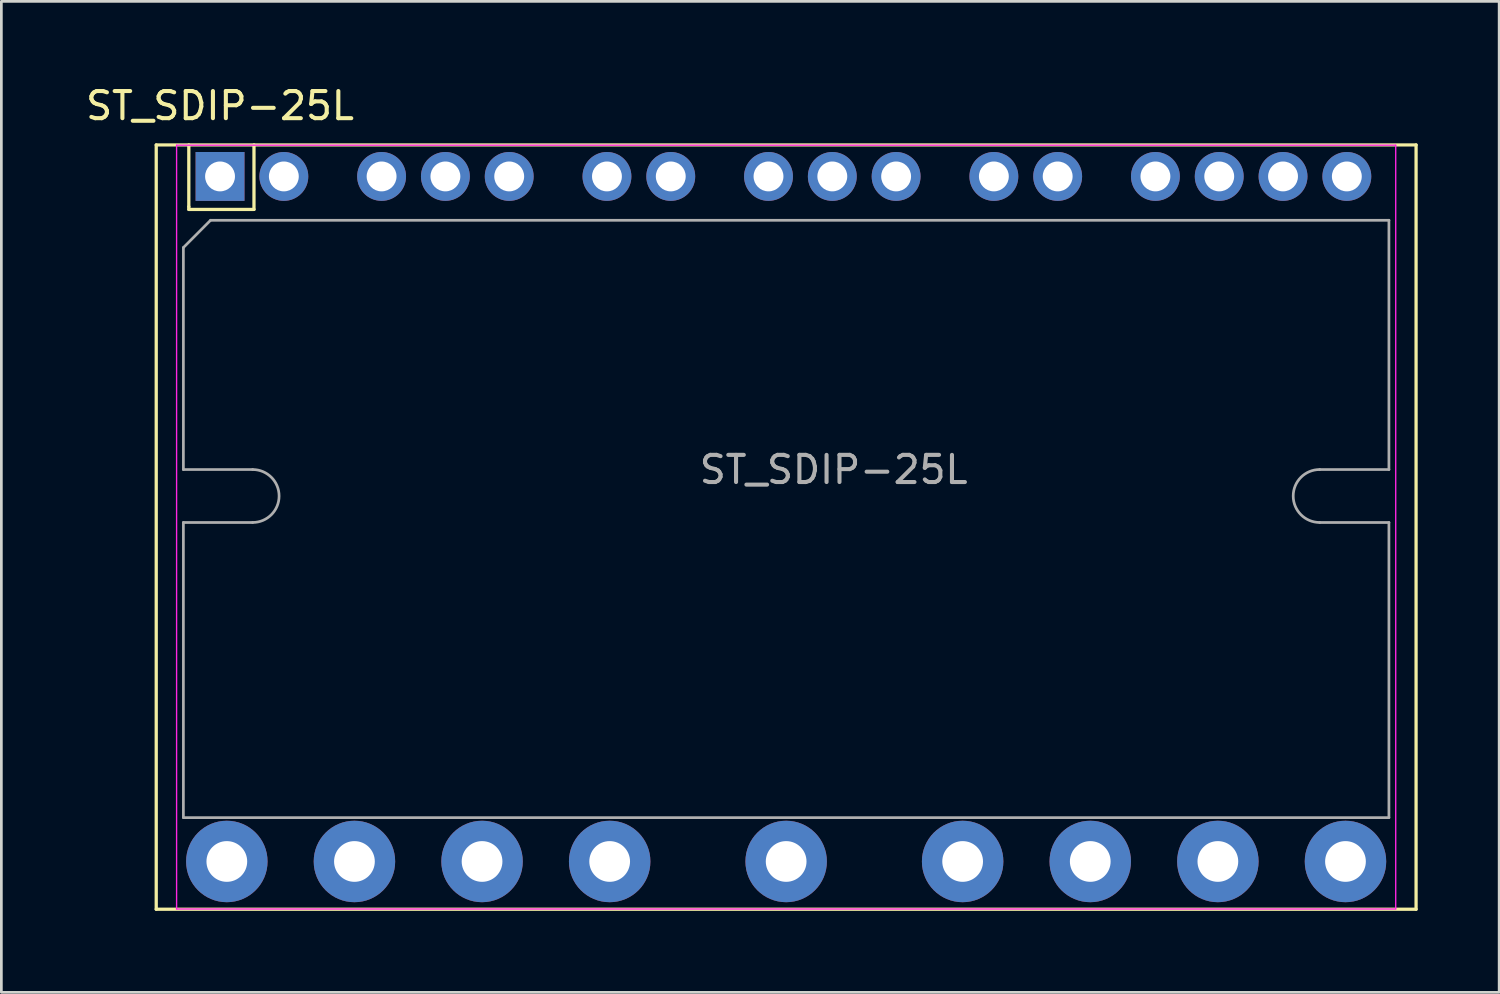
<source format=kicad_pcb>
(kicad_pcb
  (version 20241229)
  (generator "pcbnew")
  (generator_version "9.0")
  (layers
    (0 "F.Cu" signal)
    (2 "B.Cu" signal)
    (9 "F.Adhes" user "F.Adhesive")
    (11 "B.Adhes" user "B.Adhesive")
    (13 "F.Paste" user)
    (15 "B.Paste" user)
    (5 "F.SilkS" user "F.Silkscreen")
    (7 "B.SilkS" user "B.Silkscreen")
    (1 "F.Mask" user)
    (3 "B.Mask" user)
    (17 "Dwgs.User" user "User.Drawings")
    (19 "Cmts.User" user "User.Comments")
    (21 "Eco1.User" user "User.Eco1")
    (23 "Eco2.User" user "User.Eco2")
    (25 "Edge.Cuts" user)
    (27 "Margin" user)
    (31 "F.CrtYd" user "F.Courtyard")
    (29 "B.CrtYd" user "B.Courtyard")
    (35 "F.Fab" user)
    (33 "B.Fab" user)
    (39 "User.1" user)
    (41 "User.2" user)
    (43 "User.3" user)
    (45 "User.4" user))
  (footprint "ST_SDIP-25L"
    (layer "F.Cu")
    (at 5.054 3.448)
    (property "Reference" "ST_SDIP-25L" (at 0 -2.6 0) (layer "F.SilkS") (effects (font (size 1 1) (thickness 0.15))))
    (attr through_hole)
    (fp_line (start -2.35 -1.16) (end 44.05 -1.16) (stroke (width 0.12) (type solid)) (layer "F.SilkS"))
    (fp_line (start -2.35 26.99) (end -2.35 -1.16) (stroke (width 0.12) (type solid)) (layer "F.SilkS"))
    (fp_line (start -1.15 1.115) (end -1.15 -1.16) (stroke (width 0.12) (type solid)) (layer "F.SilkS"))
    (fp_line (start -1.15 1.215) (end -1.15 1.115) (stroke (width 0.12) (type solid)) (layer "F.SilkS"))
    (fp_line (start 1.25 -1.16) (end 1.25 1.215) (stroke (width 0.12) (type solid)) (layer "F.SilkS"))
    (fp_line (start 1.25 1.215) (end -1.15 1.215) (stroke (width 0.12) (type solid)) (layer "F.SilkS"))
    (fp_line (start 44.05 -1.16) (end 44.05 26.99) (stroke (width 0.12) (type solid)) (layer "F.SilkS"))
    (fp_line (start 44.05 26.99) (end -2.35 26.99) (stroke (width 0.12) (type solid)) (layer "F.SilkS"))
    (fp_line (start -1.6 -1.15) (end 43.3 -1.15) (stroke (width 0.05) (type solid)) (layer "F.CrtYd"))
    (fp_line (start -1.6 26.98) (end -1.6 -1.15) (stroke (width 0.05) (type solid)) (layer "F.CrtYd"))
    (fp_line (start -1.6 26.98) (end 43.3 26.98) (stroke (width 0.05) (type solid)) (layer "F.CrtYd"))
    (fp_line (start 43.3 26.98) (end 43.3 -1.15) (stroke (width 0.05) (type solid)) (layer "F.CrtYd"))
    (fp_line (start -1.35 2.62) (end -1.35 10.795) (stroke (width 0.1) (type solid)) (layer "F.Fab"))
    (fp_line (start -1.35 12.745) (end -1.35 23.615) (stroke (width 0.1) (type solid)) (layer "F.Fab"))
    (fp_line (start -1.35 23.615) (end 43.05 23.615) (stroke (width 0.1) (type solid)) (layer "F.Fab"))
    (fp_line (start -0.35 1.615) (end -1.35 2.62) (stroke (width 0.1) (type solid)) (layer "F.Fab"))
    (fp_line (start 1.2 10.795) (end -1.35 10.795) (stroke (width 0.1) (type solid)) (layer "F.Fab"))
    (fp_line (start 1.2 12.745) (end -1.35 12.745) (stroke (width 0.1) (type solid)) (layer "F.Fab"))
    (fp_line (start 40.5 10.795) (end 43.05 10.795) (stroke (width 0.1) (type solid)) (layer "F.Fab"))
    (fp_line (start 40.5 12.745) (end 43.05 12.745) (stroke (width 0.1) (type solid)) (layer "F.Fab"))
    (fp_line (start 43.05 1.615) (end -0.35 1.615) (stroke (width 0.1) (type solid)) (layer "F.Fab"))
    (fp_line (start 43.05 1.615) (end 43.05 10.795) (stroke (width 0.1) (type solid)) (layer "F.Fab"))
    (fp_line (start 43.05 12.745) (end 43.05 23.615) (stroke (width 0.1) (type solid)) (layer "F.Fab"))
    (fp_arc (start 1.2 10.795) (mid 2.175 11.77) (end 1.2 12.745) (stroke (width 0.1) (type solid)) (layer "F.Fab"))
    (fp_arc (start 40.5 12.745) (mid 39.525 11.77) (end 40.5 10.795) (stroke (width 0.1) (type solid)) (layer "F.Fab"))
    (fp_text user "${REFERENCE}" (at 22.6 10.8 0) (layer "F.Fab") (effects (font (size 1 1) (thickness 0.15))))
    (pad "1" thru_hole rect (at 0 0) (size 1.8 1.8) (drill 1.1) (layers "*.Cu" "*.Mask"))
    (pad "2" thru_hole circle (at 2.35 0) (size 1.8 1.8) (drill 1.1) (layers "*.Cu" "*.Mask"))
    (pad "3" thru_hole circle (at 5.95 0) (size 1.8 1.8) (drill 1.1) (layers "*.Cu" "*.Mask"))
    (pad "4" thru_hole circle (at 8.3 0) (size 1.8 1.8) (drill 1.1) (layers "*.Cu" "*.Mask"))
    (pad "5" thru_hole circle (at 10.65 0) (size 1.8 1.8) (drill 1.1) (layers "*.Cu" "*.Mask"))
    (pad "6" thru_hole circle (at 14.25 0) (size 1.8 1.8) (drill 1.1) (layers "*.Cu" "*.Mask"))
    (pad "7" thru_hole circle (at 16.6 0) (size 1.8 1.8) (drill 1.1) (layers "*.Cu" "*.Mask"))
    (pad "8" thru_hole circle (at 20.2 0) (size 1.8 1.8) (drill 1.1) (layers "*.Cu" "*.Mask"))
    (pad "9" thru_hole circle (at 22.55 0) (size 1.8 1.8) (drill 1.1) (layers "*.Cu" "*.Mask"))
    (pad "10" thru_hole circle (at 24.9 0) (size 1.8 1.8) (drill 1.1) (layers "*.Cu" "*.Mask"))
    (pad "11" thru_hole circle (at 28.5 0) (size 1.8 1.8) (drill 1.1) (layers "*.Cu" "*.Mask"))
    (pad "12" thru_hole circle (at 30.85 0) (size 1.8 1.8) (drill 1.1) (layers "*.Cu" "*.Mask"))
    (pad "13" thru_hole circle (at 34.45 0) (size 1.8 1.8) (drill 1.1) (layers "*.Cu" "*.Mask"))
    (pad "14" thru_hole circle (at 36.8 0) (size 1.8 1.8) (drill 1.1) (layers "*.Cu" "*.Mask"))
    (pad "15" thru_hole circle (at 39.15 0) (size 1.8 1.8) (drill 1.1) (layers "*.Cu" "*.Mask"))
    (pad "16" thru_hole circle (at 41.5 0) (size 1.8 1.8) (drill 1.1) (layers "*.Cu" "*.Mask"))
    (pad "17" thru_hole circle (at 41.45 25.23) (size 3 3) (drill 1.5) (layers "*.Cu" "*.Mask"))
    (pad "18" thru_hole circle (at 36.75 25.23) (size 3 3) (drill 1.5) (layers "*.Cu" "*.Mask"))
    (pad "19" thru_hole circle (at 32.05 25.23) (size 3 3) (drill 1.5) (layers "*.Cu" "*.Mask"))
    (pad "20" thru_hole circle (at 27.35 25.23) (size 3 3) (drill 1.5) (layers "*.Cu" "*.Mask"))
    (pad "21" thru_hole circle (at 20.85 25.23) (size 3 3) (drill 1.5) (layers "*.Cu" "*.Mask"))
    (pad "22" thru_hole circle (at 14.35 25.23) (size 3 3) (drill 1.5) (layers "*.Cu" "*.Mask"))
    (pad "23" thru_hole circle (at 9.65 25.23) (size 3 3) (drill 1.5) (layers "*.Cu" "*.Mask"))
    (pad "24" thru_hole circle (at 4.95 25.23) (size 3 3) (drill 1.5) (layers "*.Cu" "*.Mask"))
    (pad "25" thru_hole circle (at 0.25 25.23) (size 3 3) (drill 1.5) (layers "*.Cu" "*.Mask"))
    (zone (net_name "") (layers "F.Cu" "B.Cu") (name "MH") (hatch full 0.508) (connect_pads) (min_thickness 0.254) (filled_areas_thickness no) (keepout (tracks not_allowed) (vias not_allowed) (pads not_allowed) (copperpour not_allowed) (footprints not_allowed)) (placement (enabled no)) (fill) (polygon (pts (xy 9.508 15.218) (xy 9.489 14.867) (xy 9.432 14.519) (xy 9.338 14.18) (xy 9.208 13.853) (xy 9.043 13.542) (xy 8.846 13.25) (xy 8.618 12.982) (xy 8.363 12.74) (xy 8.083 12.526) (xy 7.782 12.344) (xy 7.462 12.196) (xy 7.129 12.083) (xy 6.785 12.007) (xy 6.435 11.969) (xy 6.083 11.968) (xy 5.733 12.005) (xy 5.389 12.08) (xy 5.055 12.192) (xy 4.736 12.339) (xy 4.434 12.52) (xy 4.153 12.732) (xy 3.897 12.974) (xy 3.668 13.241) (xy 3.47 13.532) (xy 3.304 13.843) (xy 3.172 14.169) (xy 3.077 14.508) (xy 3.019 14.855) (xy 2.999 15.207) (xy 3.017 15.558) (xy 3.072 15.906) (xy 3.165 16.246) (xy 3.294 16.573) (xy 3.458 16.885) (xy 3.654 17.177) (xy 3.881 17.446) (xy 4.135 17.69) (xy 4.415 17.904) (xy 4.716 18.087) (xy 5.034 18.236) (xy 5.367 18.35) (xy 5.711 18.427) (xy 6.061 18.467) (xy 6.413 18.469) (xy 6.763 18.433) (xy 7.107 18.359) (xy 7.441 18.249) (xy 7.761 18.103) (xy 8.064 17.923) (xy 8.346 17.712) (xy 8.603 17.471) (xy 8.832 17.204) (xy 9.032 16.914) (xy 9.199 16.604) (xy 9.331 16.278) (xy 9.427 15.939) (xy 9.487 15.592) (xy 9.508 15.241))))
    (zone (net_name "") (layers "F.Cu" "B.Cu") (name "MH") (hatch full 0.508) (connect_pads) (min_thickness 0.254) (filled_areas_thickness no) (keepout (tracks not_allowed) (vias not_allowed) (pads not_allowed) (copperpour not_allowed) (footprints not_allowed)) (placement (enabled no)) (fill) (polygon (pts (xy 48.808 15.218) (xy 48.789 14.867) (xy 48.732 14.519) (xy 48.638 14.18) (xy 48.508 13.853) (xy 48.343 13.542) (xy 48.146 13.25) (xy 47.918 12.982) (xy 47.663 12.74) (xy 47.383 12.526) (xy 47.082 12.344) (xy 46.762 12.196) (xy 46.429 12.083) (xy 46.085 12.007) (xy 45.735 11.969) (xy 45.383 11.968) (xy 45.033 12.005) (xy 44.689 12.08) (xy 44.355 12.192) (xy 44.036 12.339) (xy 43.734 12.52) (xy 43.453 12.732) (xy 43.197 12.974) (xy 42.968 13.241) (xy 42.77 13.532) (xy 42.604 13.843) (xy 42.472 14.169) (xy 42.377 14.508) (xy 42.319 14.855) (xy 42.299 15.207) (xy 42.317 15.558) (xy 42.372 15.906) (xy 42.465 16.246) (xy 42.594 16.573) (xy 42.758 16.885) (xy 42.954 17.177) (xy 43.181 17.446) (xy 43.435 17.69) (xy 43.715 17.904) (xy 44.016 18.087) (xy 44.334 18.236) (xy 44.667 18.35) (xy 45.011 18.427) (xy 45.361 18.467) (xy 45.713 18.469) (xy 46.063 18.433) (xy 46.407 18.359) (xy 46.741 18.249) (xy 47.061 18.103) (xy 47.364 17.923) (xy 47.646 17.712) (xy 47.903 17.471) (xy 48.132 17.204) (xy 48.332 16.914) (xy 48.499 16.604) (xy 48.631 16.278) (xy 48.727 15.939) (xy 48.787 15.592) (xy 48.808 15.241)))))
  (gr_rect
    (start -3 -3)
    (end 52.164 33.498)
    (stroke (width 0.1) (type default))
    (fill no)
    (layer "Edge.Cuts")))
</source>
